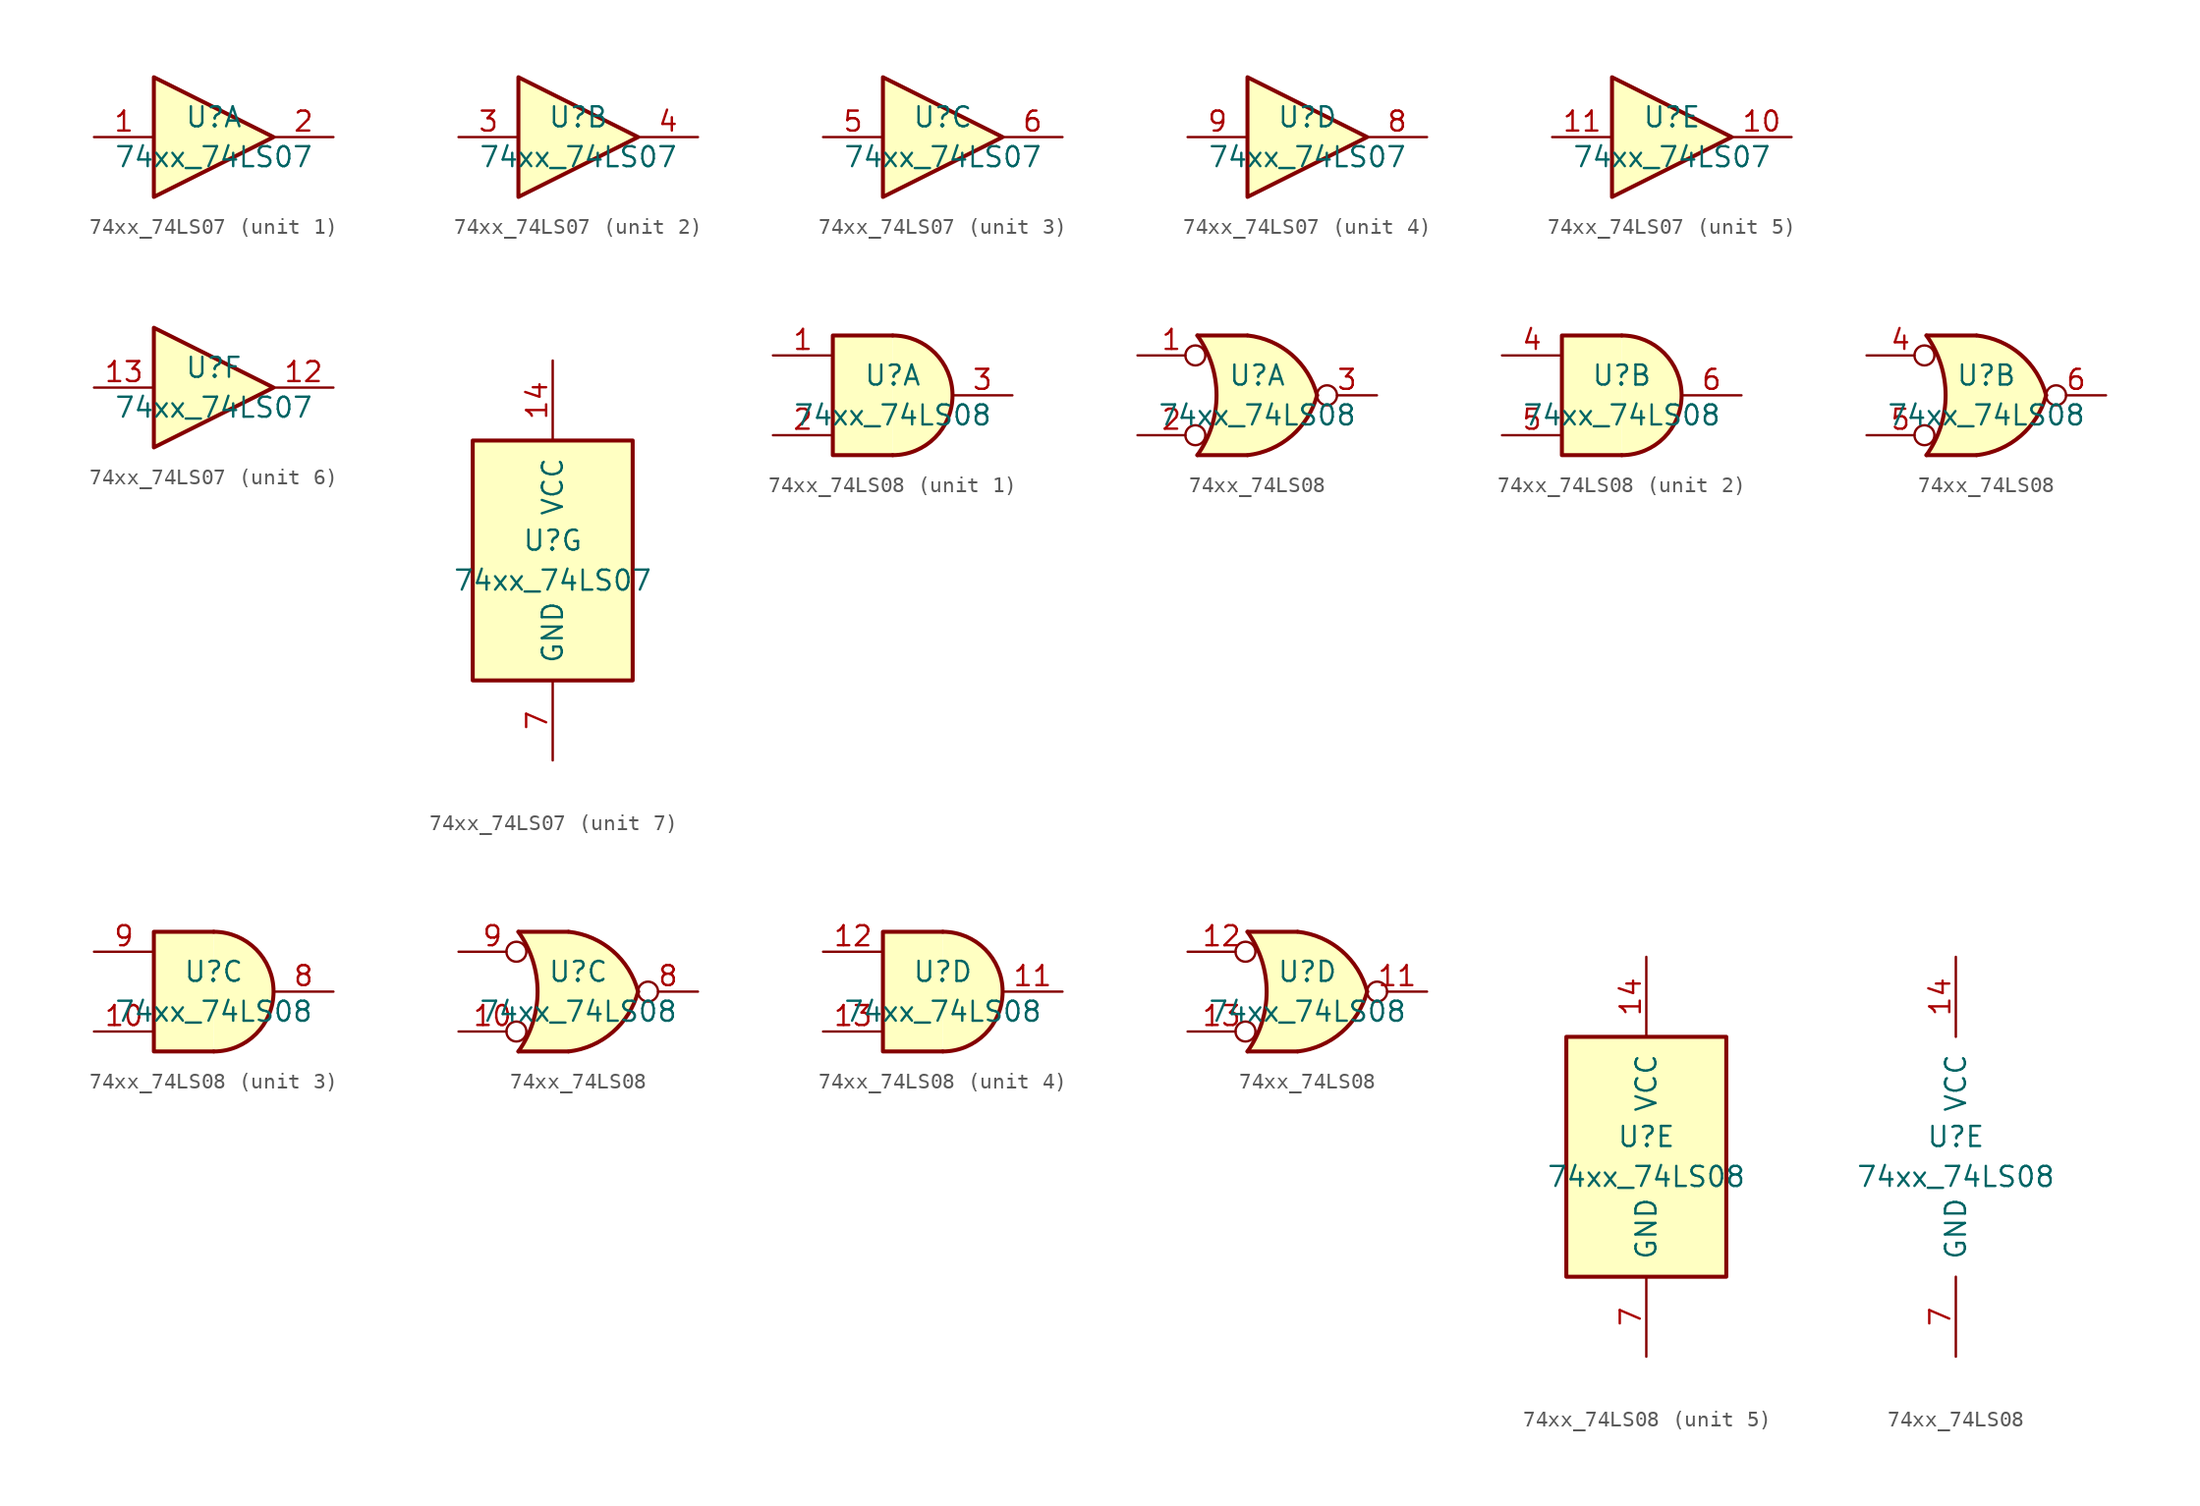
<source format=kicad_sym>
(kicad_symbol_lib
  (version 20220914)
  (generator kicad_symbol_editor)
  (symbol "74xx_74LS07"
    (pin_names
      (offset 1.016))
    (property "Reference" "U"
      (at 0 1.27 0)
      (effects (font (size 1.27 1.27))))
    (property "Value" "74xx_74LS07"
      (at 0 -1.27 0)
      (effects (font (size 1.27 1.27))))
    (property "ki_locked" ""
      (at 0 0 0)
      (effects (font (size 1.27 1.27))))
    (symbol "74xx_74LS07_1_0"
      (polyline (pts (xy -3.81 3.81) (xy -3.81 -3.81) (xy 3.81 0) (xy -3.81 3.81)) (stroke (width 0.254) (type solid)) (fill (type background)))
      (pin input line (at -7.62 0 0) (length 3.81) (name "~" (effects (font (size 1.27 1.27)))) (number "1" (effects (font (size 1.27 1.27)))))
      (pin open_collector line (at 7.62 0 180) (length 3.81) (name "~" (effects (font (size 1.27 1.27)))) (number "2" (effects (font (size 1.27 1.27))))))
    (symbol "74xx_74LS07_2_0"
      (polyline (pts (xy -3.81 3.81) (xy -3.81 -3.81) (xy 3.81 0) (xy -3.81 3.81)) (stroke (width 0.254) (type solid)) (fill (type background)))
      (pin input line (at -7.62 0 0) (length 3.81) (name "~" (effects (font (size 1.27 1.27)))) (number "3" (effects (font (size 1.27 1.27)))))
      (pin open_collector line (at 7.62 0 180) (length 3.81) (name "~" (effects (font (size 1.27 1.27)))) (number "4" (effects (font (size 1.27 1.27))))))
    (symbol "74xx_74LS07_3_0"
      (polyline (pts (xy -3.81 3.81) (xy -3.81 -3.81) (xy 3.81 0) (xy -3.81 3.81)) (stroke (width 0.254) (type solid)) (fill (type background)))
      (pin input line (at -7.62 0 0) (length 3.81) (name "~" (effects (font (size 1.27 1.27)))) (number "5" (effects (font (size 1.27 1.27)))))
      (pin open_collector line (at 7.62 0 180) (length 3.81) (name "~" (effects (font (size 1.27 1.27)))) (number "6" (effects (font (size 1.27 1.27))))))
    (symbol "74xx_74LS07_4_0"
      (polyline (pts (xy -3.81 3.81) (xy -3.81 -3.81) (xy 3.81 0) (xy -3.81 3.81)) (stroke (width 0.254) (type solid)) (fill (type background)))
      (pin open_collector line (at 7.62 0 180) (length 3.81) (name "~" (effects (font (size 1.27 1.27)))) (number "8" (effects (font (size 1.27 1.27)))))
      (pin input line (at -7.62 0 0) (length 3.81) (name "~" (effects (font (size 1.27 1.27)))) (number "9" (effects (font (size 1.27 1.27))))))
    (symbol "74xx_74LS07_5_0"
      (polyline (pts (xy -3.81 3.81) (xy -3.81 -3.81) (xy 3.81 0) (xy -3.81 3.81)) (stroke (width 0.254) (type solid)) (fill (type background)))
      (pin open_collector line (at 7.62 0 180) (length 3.81) (name "~" (effects (font (size 1.27 1.27)))) (number "10" (effects (font (size 1.27 1.27)))))
      (pin input line (at -7.62 0 0) (length 3.81) (name "~" (effects (font (size 1.27 1.27)))) (number "11" (effects (font (size 1.27 1.27))))))
    (symbol "74xx_74LS07_6_0"
      (polyline (pts (xy -3.81 3.81) (xy -3.81 -3.81) (xy 3.81 0) (xy -3.81 3.81)) (stroke (width 0.254) (type solid)) (fill (type background)))
      (pin open_collector line (at 7.62 0 180) (length 3.81) (name "~" (effects (font (size 1.27 1.27)))) (number "12" (effects (font (size 1.27 1.27)))))
      (pin input line (at -7.62 0 0) (length 3.81) (name "~" (effects (font (size 1.27 1.27)))) (number "13" (effects (font (size 1.27 1.27))))))
    (symbol "74xx_74LS07_7_0"
      (pin power_in line (at 0 12.7 270) (length 5.08) (name "VCC" (effects (font (size 1.27 1.27)))) (number "14" (effects (font (size 1.27 1.27)))))
      (pin power_in line (at 0 -12.7 90) (length 5.08) (name "GND" (effects (font (size 1.27 1.27)))) (number "7" (effects (font (size 1.27 1.27))))))
    (symbol "74xx_74LS07_7_1"
      (rectangle (start -5.08 7.62) (end 5.08 -7.62) (stroke (width 0.254) (type solid)) (fill (type background)))))
  (symbol "74xx_74LS08"
    (pin_names
      (offset 1.016))
    (property "Reference" "U"
      (at 0 1.27 0)
      (effects (font (size 1.27 1.27))))
    (property "Value" "74xx_74LS08"
      (at 0 -1.27 0)
      (effects (font (size 1.27 1.27))))
    (property "ki_locked" ""
      (at 0 0 0)
      (effects (font (size 1.27 1.27))))
    (symbol "74xx_74LS08_1_1"
      (arc (start 0 -3.81) (mid 3.81 0) (end 0 3.81) (stroke (width 0.254) (type solid)) (fill (type background)))
      (polyline (pts (xy 0 3.81) (xy -3.81 3.81) (xy -3.81 -3.81) (xy 0 -3.81)) (stroke (width 0.254) (type solid)) (fill (type background)))
      (pin input line (at -7.62 2.54 0) (length 3.81) (name "~" (effects (font (size 1.27 1.27)))) (number "1" (effects (font (size 1.27 1.27)))))
      (pin input line (at -7.62 -2.54 0) (length 3.81) (name "~" (effects (font (size 1.27 1.27)))) (number "2" (effects (font (size 1.27 1.27)))))
      (pin output line (at 7.62 0 180) (length 3.81) (name "~" (effects (font (size 1.27 1.27)))) (number "3" (effects (font (size 1.27 1.27))))))
    (symbol "74xx_74LS08_1_2"
      (arc (start -3.81 -3.81) (mid -2.589 0) (end -3.81 3.81) (stroke (width 0.254) (type solid)) (fill (type none)))
      (arc (start -0.6096 -3.81) (mid 2.1842 -2.5851) (end 3.81 0) (stroke (width 0.254) (type solid)) (fill (type background)))
      (polyline (pts (xy -3.81 -3.81) (xy -0.635 -3.81)) (stroke (width 0.254) (type solid)) (fill (type background)))
      (polyline (pts (xy -3.81 3.81) (xy -0.635 3.81)) (stroke (width 0.254) (type solid)) (fill (type background)))
      (polyline (pts (xy -0.635 3.81) (xy -3.81 3.81) (xy -3.81 3.81) (xy -3.556 3.404) (xy -3.023 2.261) (xy -2.692 1.041) (xy -2.616 -0.254) (xy -2.769 -1.499) (xy -3.175 -2.718) (xy -3.81 -3.81) (xy -3.81 -3.81) (xy -0.635 -3.81)) (stroke (width -25.4) (type solid)) (fill (type background)))
      (arc (start 3.81 0) (mid 2.1915 2.5936) (end -0.6096 3.81) (stroke (width 0.254) (type solid)) (fill (type background)))
      (pin input inverted (at -7.62 2.54 0) (length 4.318) (name "~" (effects (font (size 1.27 1.27)))) (number "1" (effects (font (size 1.27 1.27)))))
      (pin input inverted (at -7.62 -2.54 0) (length 4.318) (name "~" (effects (font (size 1.27 1.27)))) (number "2" (effects (font (size 1.27 1.27)))))
      (pin output inverted (at 7.62 0 180) (length 3.81) (name "~" (effects (font (size 1.27 1.27)))) (number "3" (effects (font (size 1.27 1.27))))))
    (symbol "74xx_74LS08_2_1"
      (arc (start 0 -3.81) (mid 3.81 0) (end 0 3.81) (stroke (width 0.254) (type solid)) (fill (type background)))
      (polyline (pts (xy 0 3.81) (xy -3.81 3.81) (xy -3.81 -3.81) (xy 0 -3.81)) (stroke (width 0.254) (type solid)) (fill (type background)))
      (pin input line (at -7.62 2.54 0) (length 3.81) (name "~" (effects (font (size 1.27 1.27)))) (number "4" (effects (font (size 1.27 1.27)))))
      (pin input line (at -7.62 -2.54 0) (length 3.81) (name "~" (effects (font (size 1.27 1.27)))) (number "5" (effects (font (size 1.27 1.27)))))
      (pin output line (at 7.62 0 180) (length 3.81) (name "~" (effects (font (size 1.27 1.27)))) (number "6" (effects (font (size 1.27 1.27))))))
    (symbol "74xx_74LS08_2_2"
      (arc (start -3.81 -3.81) (mid -2.589 0) (end -3.81 3.81) (stroke (width 0.254) (type solid)) (fill (type none)))
      (arc (start -0.6096 -3.81) (mid 2.1842 -2.5851) (end 3.81 0) (stroke (width 0.254) (type solid)) (fill (type background)))
      (polyline (pts (xy -3.81 -3.81) (xy -0.635 -3.81)) (stroke (width 0.254) (type solid)) (fill (type background)))
      (polyline (pts (xy -3.81 3.81) (xy -0.635 3.81)) (stroke (width 0.254) (type solid)) (fill (type background)))
      (polyline (pts (xy -0.635 3.81) (xy -3.81 3.81) (xy -3.81 3.81) (xy -3.556 3.404) (xy -3.023 2.261) (xy -2.692 1.041) (xy -2.616 -0.254) (xy -2.769 -1.499) (xy -3.175 -2.718) (xy -3.81 -3.81) (xy -3.81 -3.81) (xy -0.635 -3.81)) (stroke (width -25.4) (type solid)) (fill (type background)))
      (arc (start 3.81 0) (mid 2.1915 2.5936) (end -0.6096 3.81) (stroke (width 0.254) (type solid)) (fill (type background)))
      (pin input inverted (at -7.62 2.54 0) (length 4.318) (name "~" (effects (font (size 1.27 1.27)))) (number "4" (effects (font (size 1.27 1.27)))))
      (pin input inverted (at -7.62 -2.54 0) (length 4.318) (name "~" (effects (font (size 1.27 1.27)))) (number "5" (effects (font (size 1.27 1.27)))))
      (pin output inverted (at 7.62 0 180) (length 3.81) (name "~" (effects (font (size 1.27 1.27)))) (number "6" (effects (font (size 1.27 1.27))))))
    (symbol "74xx_74LS08_3_1"
      (arc (start 0 -3.81) (mid 3.81 0) (end 0 3.81) (stroke (width 0.254) (type solid)) (fill (type background)))
      (polyline (pts (xy 0 3.81) (xy -3.81 3.81) (xy -3.81 -3.81) (xy 0 -3.81)) (stroke (width 0.254) (type solid)) (fill (type background)))
      (pin input line (at -7.62 -2.54 0) (length 3.81) (name "~" (effects (font (size 1.27 1.27)))) (number "10" (effects (font (size 1.27 1.27)))))
      (pin output line (at 7.62 0 180) (length 3.81) (name "~" (effects (font (size 1.27 1.27)))) (number "8" (effects (font (size 1.27 1.27)))))
      (pin input line (at -7.62 2.54 0) (length 3.81) (name "~" (effects (font (size 1.27 1.27)))) (number "9" (effects (font (size 1.27 1.27))))))
    (symbol "74xx_74LS08_3_2"
      (arc (start -3.81 -3.81) (mid -2.589 0) (end -3.81 3.81) (stroke (width 0.254) (type solid)) (fill (type none)))
      (arc (start -0.6096 -3.81) (mid 2.1842 -2.5851) (end 3.81 0) (stroke (width 0.254) (type solid)) (fill (type background)))
      (polyline (pts (xy -3.81 -3.81) (xy -0.635 -3.81)) (stroke (width 0.254) (type solid)) (fill (type background)))
      (polyline (pts (xy -3.81 3.81) (xy -0.635 3.81)) (stroke (width 0.254) (type solid)) (fill (type background)))
      (polyline (pts (xy -0.635 3.81) (xy -3.81 3.81) (xy -3.81 3.81) (xy -3.556 3.404) (xy -3.023 2.261) (xy -2.692 1.041) (xy -2.616 -0.254) (xy -2.769 -1.499) (xy -3.175 -2.718) (xy -3.81 -3.81) (xy -3.81 -3.81) (xy -0.635 -3.81)) (stroke (width -25.4) (type solid)) (fill (type background)))
      (arc (start 3.81 0) (mid 2.1915 2.5936) (end -0.6096 3.81) (stroke (width 0.254) (type solid)) (fill (type background)))
      (pin input inverted (at -7.62 -2.54 0) (length 4.318) (name "~" (effects (font (size 1.27 1.27)))) (number "10" (effects (font (size 1.27 1.27)))))
      (pin output inverted (at 7.62 0 180) (length 3.81) (name "~" (effects (font (size 1.27 1.27)))) (number "8" (effects (font (size 1.27 1.27)))))
      (pin input inverted (at -7.62 2.54 0) (length 4.318) (name "~" (effects (font (size 1.27 1.27)))) (number "9" (effects (font (size 1.27 1.27))))))
    (symbol "74xx_74LS08_4_1"
      (arc (start 0 -3.81) (mid 3.81 0) (end 0 3.81) (stroke (width 0.254) (type solid)) (fill (type background)))
      (polyline (pts (xy 0 3.81) (xy -3.81 3.81) (xy -3.81 -3.81) (xy 0 -3.81)) (stroke (width 0.254) (type solid)) (fill (type background)))
      (pin output line (at 7.62 0 180) (length 3.81) (name "~" (effects (font (size 1.27 1.27)))) (number "11" (effects (font (size 1.27 1.27)))))
      (pin input line (at -7.62 2.54 0) (length 3.81) (name "~" (effects (font (size 1.27 1.27)))) (number "12" (effects (font (size 1.27 1.27)))))
      (pin input line (at -7.62 -2.54 0) (length 3.81) (name "~" (effects (font (size 1.27 1.27)))) (number "13" (effects (font (size 1.27 1.27))))))
    (symbol "74xx_74LS08_4_2"
      (arc (start -3.81 -3.81) (mid -2.589 0) (end -3.81 3.81) (stroke (width 0.254) (type solid)) (fill (type none)))
      (arc (start -0.6096 -3.81) (mid 2.1842 -2.5851) (end 3.81 0) (stroke (width 0.254) (type solid)) (fill (type background)))
      (polyline (pts (xy -3.81 -3.81) (xy -0.635 -3.81)) (stroke (width 0.254) (type solid)) (fill (type background)))
      (polyline (pts (xy -3.81 3.81) (xy -0.635 3.81)) (stroke (width 0.254) (type solid)) (fill (type background)))
      (polyline (pts (xy -0.635 3.81) (xy -3.81 3.81) (xy -3.81 3.81) (xy -3.556 3.404) (xy -3.023 2.261) (xy -2.692 1.041) (xy -2.616 -0.254) (xy -2.769 -1.499) (xy -3.175 -2.718) (xy -3.81 -3.81) (xy -3.81 -3.81) (xy -0.635 -3.81)) (stroke (width -25.4) (type solid)) (fill (type background)))
      (arc (start 3.81 0) (mid 2.1915 2.5936) (end -0.6096 3.81) (stroke (width 0.254) (type solid)) (fill (type background)))
      (pin output inverted (at 7.62 0 180) (length 3.81) (name "~" (effects (font (size 1.27 1.27)))) (number "11" (effects (font (size 1.27 1.27)))))
      (pin input inverted (at -7.62 2.54 0) (length 4.318) (name "~" (effects (font (size 1.27 1.27)))) (number "12" (effects (font (size 1.27 1.27)))))
      (pin input inverted (at -7.62 -2.54 0) (length 4.318) (name "~" (effects (font (size 1.27 1.27)))) (number "13" (effects (font (size 1.27 1.27))))))
    (symbol "74xx_74LS08_5_0"
      (pin power_in line (at 0 12.7 270) (length 5.08) (name "VCC" (effects (font (size 1.27 1.27)))) (number "14" (effects (font (size 1.27 1.27)))))
      (pin power_in line (at 0 -12.7 90) (length 5.08) (name "GND" (effects (font (size 1.27 1.27)))) (number "7" (effects (font (size 1.27 1.27))))))
    (symbol "74xx_74LS08_5_1"
      (rectangle (start -5.08 7.62) (end 5.08 -7.62) (stroke (width 0.254) (type solid)) (fill (type background))))))
</source>
